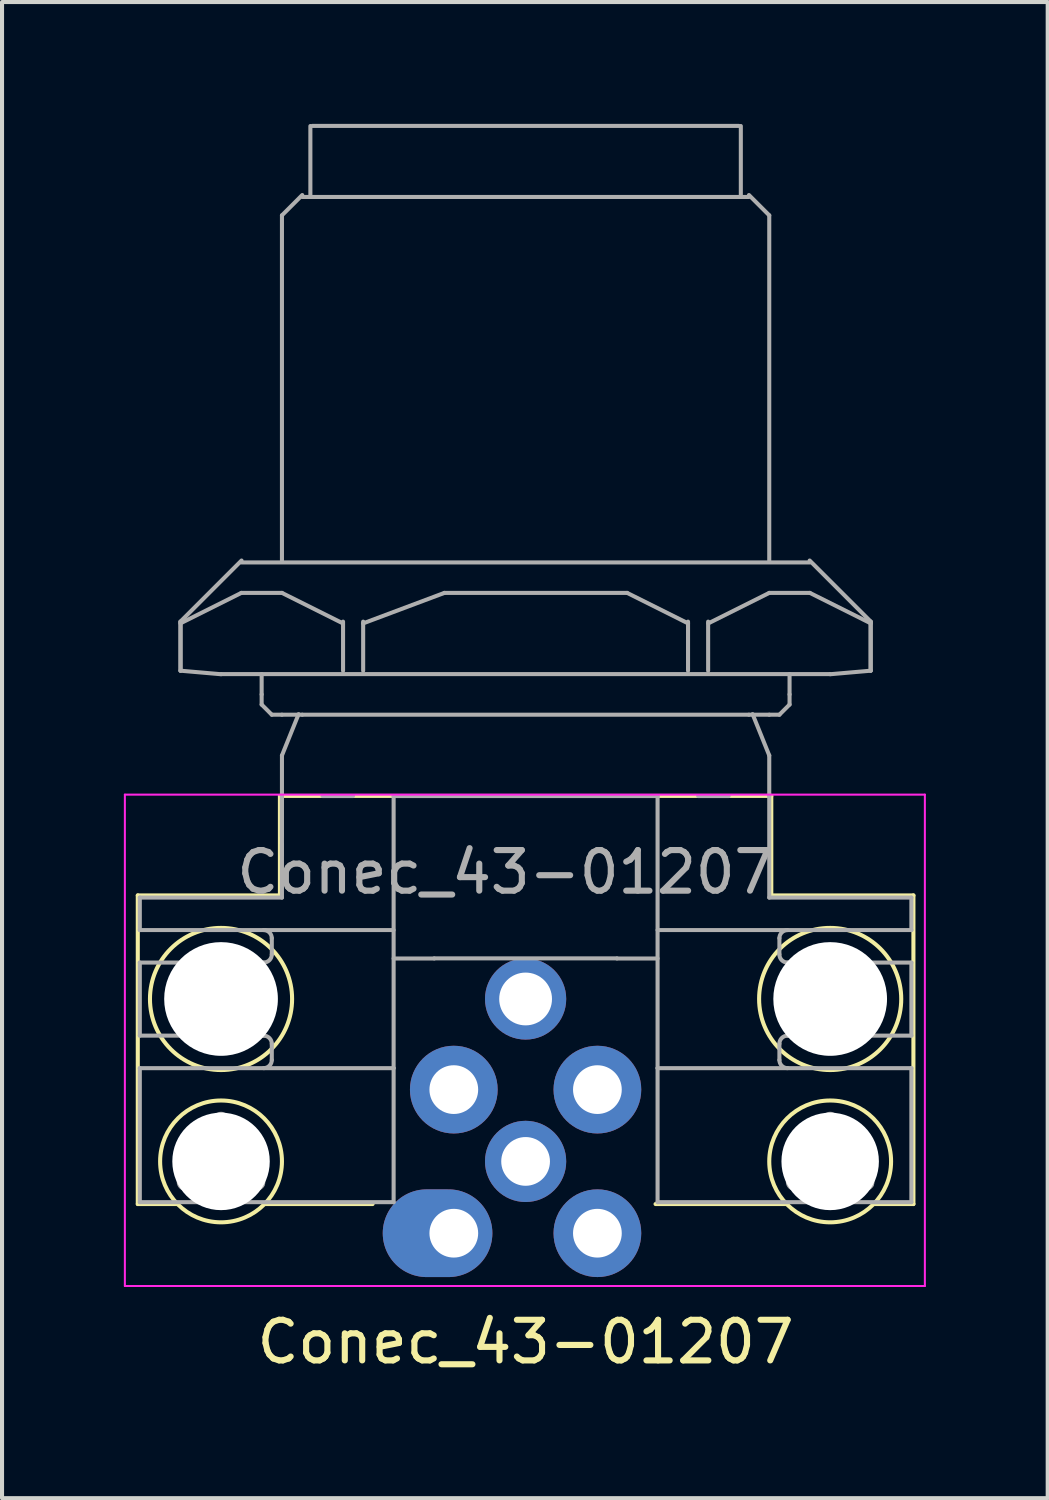
<source format=kicad_pcb>
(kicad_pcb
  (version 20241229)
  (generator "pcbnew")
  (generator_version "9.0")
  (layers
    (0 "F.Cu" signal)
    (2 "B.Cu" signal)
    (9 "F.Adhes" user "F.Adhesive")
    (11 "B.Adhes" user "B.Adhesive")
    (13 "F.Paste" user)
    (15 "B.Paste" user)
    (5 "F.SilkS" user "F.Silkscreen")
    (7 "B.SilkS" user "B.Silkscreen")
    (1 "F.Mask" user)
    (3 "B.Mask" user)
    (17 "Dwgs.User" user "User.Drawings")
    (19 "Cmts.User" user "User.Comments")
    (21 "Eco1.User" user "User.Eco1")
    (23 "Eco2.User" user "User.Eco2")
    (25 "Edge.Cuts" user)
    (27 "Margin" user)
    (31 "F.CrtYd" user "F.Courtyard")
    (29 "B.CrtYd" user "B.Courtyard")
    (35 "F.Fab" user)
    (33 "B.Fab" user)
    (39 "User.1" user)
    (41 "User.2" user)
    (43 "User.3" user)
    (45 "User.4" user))
  (footprint "Conec_43-01207"
    (layer "F.Cu")
    (at 8.125 27.318)
    (property "Reference" "Conec_43-01207" (at 1.768 2.677 0) (layer "F.SilkS") (effects (font (size 1 1) (thickness 0.15))))
    (attr through_hole)
    (fp_line (start -7.782 -8.318) (end -7.782 -0.718) (stroke (width 0.1) (type solid)) (layer "F.SilkS"))
    (fp_line (start -7.782 -0.718) (end -6.832 -0.718) (stroke (width 0.1) (type solid)) (layer "F.SilkS"))
    (fp_line (start -4.282 -10.768) (end -4.282 -8.318) (stroke (width 0.1) (type solid)) (layer "F.SilkS"))
    (fp_line (start -4.282 -10.768) (end 7.818 -10.768) (stroke (width 0.1) (type solid)) (layer "F.SilkS"))
    (fp_line (start -4.282 -8.318) (end -7.782 -8.318) (stroke (width 0.1) (type solid)) (layer "F.SilkS"))
    (fp_line (start -2 -0.718) (end -4.632 -0.718) (stroke (width 0.1) (type solid)) (layer "F.SilkS"))
    (fp_line (start 4.968 -0.718) (end 8.168 -0.718) (stroke (width 0.1) (type solid)) (layer "F.SilkS"))
    (fp_line (start 7.818 -10.768) (end 7.818 -8.318) (stroke (width 0.1) (type solid)) (layer "F.SilkS"))
    (fp_line (start 7.818 -8.318) (end 11.318 -8.318) (stroke (width 0.1) (type solid)) (layer "F.SilkS"))
    (fp_line (start 11.318 -8.318) (end 11.318 -0.718) (stroke (width 0.1) (type solid)) (layer "F.SilkS"))
    (fp_line (start 11.318 -0.718) (end 10.368 -0.718) (stroke (width 0.1) (type solid)) (layer "F.SilkS"))
    (fp_circle (center -5.732 -5.768) (end -5.732 -7.518) (stroke (width 0.1) (type solid)) (fill no) (layer "F.SilkS"))
    (fp_circle (center -5.732 -1.768) (end -5.732 -3.268) (stroke (width 0.1) (type solid)) (fill no) (layer "F.SilkS"))
    (fp_circle (center 9.268 -5.768) (end 9.268 -7.518) (stroke (width 0.1) (type solid)) (fill no) (layer "F.SilkS"))
    (fp_circle (center 9.268 -1.768) (end 9.268 -3.268) (stroke (width 0.1) (type solid)) (fill no) (layer "F.SilkS"))
    (fp_line (start -8.1 -10.8) (end 11.6 -10.8) (stroke (width 0.05) (type solid)) (layer "F.CrtYd"))
    (fp_line (start -8.1 1.3) (end -8.1 -10.8) (stroke (width 0.05) (type solid)) (layer "F.CrtYd"))
    (fp_line (start 11.6 -10.8) (end 11.6 1.3) (stroke (width 0.05) (type solid)) (layer "F.CrtYd"))
    (fp_line (start 11.6 1.3) (end -8.1 1.3) (stroke (width 0.05) (type solid)) (layer "F.CrtYd"))
    (fp_line (start -7.732 -8.265) (end -7.732 -7.465) (stroke (width 0.1) (type solid)) (layer "F.Fab"))
    (fp_line (start -7.732 -8.265) (end -4.232 -8.265) (stroke (width 0.1) (type solid)) (layer "F.Fab"))
    (fp_line (start -7.732 -7.465) (end -1.482 -7.465) (stroke (width 0.1) (type solid)) (layer "F.Fab"))
    (fp_line (start -7.732 -6.665) (end -7.732 -4.865) (stroke (width 0.1) (type solid)) (layer "F.Fab"))
    (fp_line (start -7.732 -4.865) (end -4.916 -4.865) (stroke (width 0.1) (type solid)) (layer "F.Fab"))
    (fp_line (start -7.732 -4.065) (end -7.732 -0.765) (stroke (width 0.1) (type solid)) (layer "F.Fab"))
    (fp_line (start -7.732 -0.765) (end -5.732 -0.765) (stroke (width 0.1) (type solid)) (layer "F.Fab"))
    (fp_line (start -6.732 -15.06) (end -6.732 -13.852) (stroke (width 0.1) (type solid)) (layer "F.Fab"))
    (fp_line (start -6.732 -15.018) (end -5.232 -15.768) (stroke (width 0.1) (type solid)) (layer "F.Fab"))
    (fp_line (start -6.727 -15.06) (end -6.727 -13.852) (stroke (width 0.1) (type solid)) (layer "F.Fab"))
    (fp_line (start -5.732 -13.768) (end 9.268 -13.768) (stroke (width 0.1) (type solid)) (layer "F.Fab"))
    (fp_line (start -5.732 -13.765) (end -6.732 -13.852) (stroke (width 0.1) (type solid)) (layer "F.Fab"))
    (fp_line (start -5.732 -0.765) (end -1.482 -0.765) (stroke (width 0.1) (type solid)) (layer "F.Fab"))
    (fp_line (start -5.232 -16.518) (end 8.768 -16.518) (stroke (width 0.1) (type solid)) (layer "F.Fab"))
    (fp_line (start -5.232 -15.768) (end -4.232 -15.768) (stroke (width 0.1) (type solid)) (layer "F.Fab"))
    (fp_line (start -5.227 -16.565) (end -6.732 -15.06) (stroke (width 0.1) (type solid)) (layer "F.Fab"))
    (fp_line (start -4.916 -6.665) (end -7.732 -6.665) (stroke (width 0.1) (type solid)) (layer "F.Fab"))
    (fp_line (start -4.916 -4.865) (end -4.682 -4.865) (stroke (width 0.1) (type solid)) (layer "F.Fab"))
    (fp_line (start -4.732 -13.268) (end -4.732 -13.768) (stroke (width 0.1) (type solid)) (layer "F.Fab"))
    (fp_line (start -4.732 -13.018) (end -4.732 -13.268) (stroke (width 0.1) (type solid)) (layer "F.Fab"))
    (fp_line (start -4.682 -6.665) (end -4.916 -6.665) (stroke (width 0.1) (type solid)) (layer "F.Fab"))
    (fp_line (start -4.482 -12.768) (end -4.732 -13.018) (stroke (width 0.1) (type solid)) (layer "F.Fab"))
    (fp_line (start -4.482 -6.865) (end -4.482 -7.265) (stroke (width 0.1) (type solid)) (layer "F.Fab"))
    (fp_line (start -4.482 -4.265) (end -4.482 -4.665) (stroke (width 0.1) (type solid)) (layer "F.Fab"))
    (fp_line (start -4.232 -16.565) (end -4.232 -25.065) (stroke (width 0.1) (type solid)) (layer "F.Fab"))
    (fp_line (start -4.232 -12.768) (end -4.482 -12.768) (stroke (width 0.1) (type solid)) (layer "F.Fab"))
    (fp_line (start -4.232 -10.765) (end -4.232 -8.265) (stroke (width 0.1) (type solid)) (layer "F.Fab"))
    (fp_line (start -4.232 -9.765) (end -4.232 -11.765) (stroke (width 0.1) (type solid)) (layer "F.Fab"))
    (fp_line (start -4.232 -9.578) (end -4.232 -9.319) (stroke (width 0.1) (type solid)) (layer "F.Fab"))
    (fp_line (start -3.822 -12.782) (end -4.232 -11.765) (stroke (width 0.1) (type solid)) (layer "F.Fab"))
    (fp_line (start -3.732 -25.565) (end -4.232 -25.065) (stroke (width 0.1) (type solid)) (layer "F.Fab"))
    (fp_line (start -3.732 -25.518) (end 7.268 -25.518) (stroke (width 0.1) (type solid)) (layer "F.Fab"))
    (fp_line (start -3.732 -12.768) (end -4.232 -12.768) (stroke (width 0.1) (type solid)) (layer "F.Fab"))
    (fp_line (start -3.732 -12.768) (end 7.268 -12.768) (stroke (width 0.1) (type solid)) (layer "F.Fab"))
    (fp_line (start -3.532 -25.565) (end -3.532 -27.265) (stroke (width 0.1) (type solid)) (layer "F.Fab"))
    (fp_line (start -3.482 -27.268) (end 7.018 -27.268) (stroke (width 0.1) (type solid)) (layer "F.Fab"))
    (fp_line (start -2.732 -15.018) (end -4.232 -15.768) (stroke (width 0.1) (type solid)) (layer "F.Fab"))
    (fp_line (start -2.727 -15.06) (end -2.727 -13.852) (stroke (width 0.1) (type solid)) (layer "F.Fab"))
    (fp_line (start -2.482 -10.765) (end -3.232 -10.765) (stroke (width 0.1) (type solid)) (layer "F.Fab"))
    (fp_line (start -2.232 -15.06) (end -2.232 -13.852) (stroke (width 0.1) (type solid)) (layer "F.Fab"))
    (fp_line (start -2.232 -15.018) (end -0.232 -15.768) (stroke (width 0.1) (type solid)) (layer "F.Fab"))
    (fp_line (start -1.482 -10.765) (end -1.482 -4.065) (stroke (width 0.1) (type solid)) (layer "F.Fab"))
    (fp_line (start -1.482 -10.765) (end 5.018 -10.765) (stroke (width 0.1) (type solid)) (layer "F.Fab"))
    (fp_line (start -1.482 -4.065) (end -7.732 -4.065) (stroke (width 0.1) (type solid)) (layer "F.Fab"))
    (fp_line (start -1.482 -4.065) (end -1.482 -0.765) (stroke (width 0.1) (type solid)) (layer "F.Fab"))
    (fp_line (start -0.482 -6.768) (end 4.018 -6.768) (stroke (width 0.1) (type solid)) (layer "F.Fab"))
    (fp_line (start -0.482 -6.765) (end -1.482 -6.765) (stroke (width 0.1) (type solid)) (layer "F.Fab"))
    (fp_line (start 4.268 -15.768) (end -0.232 -15.768) (stroke (width 0.1) (type solid)) (layer "F.Fab"))
    (fp_line (start 5.018 -7.465) (end 11.268 -7.465) (stroke (width 0.1) (type solid)) (layer "F.Fab"))
    (fp_line (start 5.018 -6.765) (end 4.018 -6.765) (stroke (width 0.1) (type solid)) (layer "F.Fab"))
    (fp_line (start 5.018 -4.065) (end 5.018 -10.765) (stroke (width 0.1) (type solid)) (layer "F.Fab"))
    (fp_line (start 5.018 -4.065) (end 5.018 -0.765) (stroke (width 0.1) (type solid)) (layer "F.Fab"))
    (fp_line (start 5.018 -0.765) (end 9.268 -0.765) (stroke (width 0.1) (type solid)) (layer "F.Fab"))
    (fp_line (start 5.768 -15.06) (end 5.768 -13.852) (stroke (width 0.1) (type solid)) (layer "F.Fab"))
    (fp_line (start 5.768 -15.018) (end 4.268 -15.768) (stroke (width 0.1) (type solid)) (layer "F.Fab"))
    (fp_line (start 6.018 -10.765) (end 6.768 -10.765) (stroke (width 0.1) (type solid)) (layer "F.Fab"))
    (fp_line (start 6.263 -15.06) (end 6.263 -13.852) (stroke (width 0.1) (type solid)) (layer "F.Fab"))
    (fp_line (start 6.268 -15.018) (end 7.768 -15.768) (stroke (width 0.1) (type solid)) (layer "F.Fab"))
    (fp_line (start 7.068 -25.565) (end 7.068 -27.265) (stroke (width 0.1) (type solid)) (layer "F.Fab"))
    (fp_line (start 7.268 -25.565) (end 7.768 -25.065) (stroke (width 0.1) (type solid)) (layer "F.Fab"))
    (fp_line (start 7.268 -12.768) (end 7.768 -12.768) (stroke (width 0.1) (type solid)) (layer "F.Fab"))
    (fp_line (start 7.358 -12.782) (end 7.768 -11.765) (stroke (width 0.1) (type solid)) (layer "F.Fab"))
    (fp_line (start 7.768 -16.565) (end 7.768 -25.065) (stroke (width 0.1) (type solid)) (layer "F.Fab"))
    (fp_line (start 7.768 -12.768) (end 8.018 -12.768) (stroke (width 0.1) (type solid)) (layer "F.Fab"))
    (fp_line (start 7.768 -10.765) (end 7.768 -11.765) (stroke (width 0.1) (type solid)) (layer "F.Fab"))
    (fp_line (start 7.768 -8.265) (end 7.768 -10.765) (stroke (width 0.1) (type solid)) (layer "F.Fab"))
    (fp_line (start 7.768 -8.265) (end 11.268 -8.265) (stroke (width 0.1) (type solid)) (layer "F.Fab"))
    (fp_line (start 8.018 -12.768) (end 8.268 -13.018) (stroke (width 0.1) (type solid)) (layer "F.Fab"))
    (fp_line (start 8.018 -7.265) (end 8.018 -6.865) (stroke (width 0.1) (type solid)) (layer "F.Fab"))
    (fp_line (start 8.018 -4.665) (end 8.018 -4.265) (stroke (width 0.1) (type solid)) (layer "F.Fab"))
    (fp_line (start 8.218 -6.665) (end 8.451 -6.665) (stroke (width 0.1) (type solid)) (layer "F.Fab"))
    (fp_line (start 8.268 -13.268) (end 8.268 -13.768) (stroke (width 0.1) (type solid)) (layer "F.Fab"))
    (fp_line (start 8.268 -13.018) (end 8.268 -13.268) (stroke (width 0.1) (type solid)) (layer "F.Fab"))
    (fp_line (start 8.451 -6.665) (end 11.268 -6.665) (stroke (width 0.1) (type solid)) (layer "F.Fab"))
    (fp_line (start 8.451 -4.865) (end 8.218 -4.865) (stroke (width 0.1) (type solid)) (layer "F.Fab"))
    (fp_line (start 8.763 -16.565) (end 10.268 -15.06) (stroke (width 0.1) (type solid)) (layer "F.Fab"))
    (fp_line (start 8.768 -15.768) (end 7.768 -15.768) (stroke (width 0.1) (type solid)) (layer "F.Fab"))
    (fp_line (start 9.268 -13.765) (end 10.268 -13.852) (stroke (width 0.1) (type solid)) (layer "F.Fab"))
    (fp_line (start 9.268 -0.765) (end 11.268 -0.765) (stroke (width 0.1) (type solid)) (layer "F.Fab"))
    (fp_line (start 10.263 -15.06) (end 10.263 -13.852) (stroke (width 0.1) (type solid)) (layer "F.Fab"))
    (fp_line (start 10.268 -15.06) (end 10.268 -13.852) (stroke (width 0.1) (type solid)) (layer "F.Fab"))
    (fp_line (start 10.268 -15.018) (end 8.768 -15.768) (stroke (width 0.1) (type solid)) (layer "F.Fab"))
    (fp_line (start 11.268 -8.265) (end 11.268 -7.465) (stroke (width 0.1) (type solid)) (layer "F.Fab"))
    (fp_line (start 11.268 -6.665) (end 11.268 -4.865) (stroke (width 0.1) (type solid)) (layer "F.Fab"))
    (fp_line (start 11.268 -4.865) (end 8.451 -4.865) (stroke (width 0.1) (type solid)) (layer "F.Fab"))
    (fp_line (start 11.268 -4.065) (end 5.018 -4.065) (stroke (width 0.1) (type solid)) (layer "F.Fab"))
    (fp_line (start 11.268 -4.065) (end 11.268 -0.765) (stroke (width 0.1) (type solid)) (layer "F.Fab"))
    (fp_arc (start -6.672161 -1.423481) (mid -6.598258 -2.264851) (end -5.906562 -2.749539) (stroke (width 0.1) (type solid)) (layer "F.Fab"))
    (fp_arc (start -6.550185 -1.096585) (mid -6.762217 -1.203673) (end -6.672162 -1.423481) (stroke (width 0.1) (type solid)) (layer "F.Fab"))
    (fp_arc (start -6.497834 -1.121535) (mid -6.516399 -1.110179) (end -6.536229 -1.101214) (stroke (width 0.1) (type solid)) (layer "F.Fab"))
    (fp_arc (start -5.906562 -2.749539) (mid -5.907115 -2.771295) (end -5.904963 -2.792951) (stroke (width 0.1) (type solid)) (layer "F.Fab"))
    (fp_arc (start -5.901994 -2.807352) (mid -5.732233 -2.939852) (end -5.562472 -2.807352) (stroke (width 0.1) (type solid)) (layer "F.Fab"))
    (fp_arc (start -5.559503 -2.792951) (mid -5.557351 -2.771295) (end -5.557904 -2.749539) (stroke (width 0.1) (type solid)) (layer "F.Fab"))
    (fp_arc (start -5.557904 -2.74954) (mid -4.866207 -2.264852) (end -4.792304 -1.423481) (stroke (width 0.1) (type solid)) (layer "F.Fab"))
    (fp_arc (start -4.966633 -1.121535) (mid -5.732233 -0.764852) (end -6.497833 -1.121535) (stroke (width 0.1) (type solid)) (layer "F.Fab"))
    (fp_arc (start -4.928238 -1.101214) (mid -4.948069 -1.110178) (end -4.966633 -1.121535) (stroke (width 0.1) (type solid)) (layer "F.Fab"))
    (fp_arc (start -4.792305 -1.423481) (mid -4.773188 -1.413082) (end -4.755509 -1.40039) (stroke (width 0.1) (type solid)) (layer "F.Fab"))
    (fp_arc (start -4.744521 -1.390619) (mid -4.692899 -1.289124) (end -4.714653 -1.177352) (stroke (width 0.1) (type solid)) (layer "F.Fab"))
    (fp_arc (start -4.714653 -1.177351) (mid -4.800573 -1.102626) (end -4.914282 -1.096584) (stroke (width 0.1) (type solid)) (layer "F.Fab"))
    (fp_arc (start -4.682233 -7.464852) (mid -4.540812 -7.406273) (end -4.482233 -7.264852) (stroke (width 0.1) (type solid)) (layer "F.Fab"))
    (fp_arc (start -4.682233 -4.864852) (mid -4.540812 -4.806273) (end -4.482233 -4.664852) (stroke (width 0.1) (type solid)) (layer "F.Fab"))
    (fp_arc (start -4.482233 -6.864852) (mid -4.540812 -6.723431) (end -4.682233 -6.664852) (stroke (width 0.1) (type solid)) (layer "F.Fab"))
    (fp_arc (start -4.482233 -4.264852) (mid -4.540812 -4.123431) (end -4.682233 -4.064852) (stroke (width 0.1) (type solid)) (layer "F.Fab"))
    (fp_arc (start 8.017767 -7.264852) (mid 8.076346 -7.406273) (end 8.217767 -7.464852) (stroke (width 0.1) (type solid)) (layer "F.Fab"))
    (fp_arc (start 8.017767 -4.664852) (mid 8.076346 -4.806273) (end 8.217767 -4.864852) (stroke (width 0.1) (type solid)) (layer "F.Fab"))
    (fp_arc (start 8.217767 -6.664852) (mid 8.076346 -6.723431) (end 8.017767 -6.864852) (stroke (width 0.1) (type solid)) (layer "F.Fab"))
    (fp_arc (start 8.217767 -4.064852) (mid 8.076346 -4.123431) (end 8.017767 -4.264852) (stroke (width 0.1) (type solid)) (layer "F.Fab"))
    (fp_arc (start 8.291042 -1.40039) (mid 8.308721 -1.413082) (end 8.327838 -1.423481) (stroke (width 0.1) (type solid)) (layer "F.Fab"))
    (fp_arc (start 8.327839 -1.423481) (mid 8.401742 -2.264851) (end 9.093438 -2.749539) (stroke (width 0.1) (type solid)) (layer "F.Fab"))
    (fp_arc (start 8.449815 -1.096585) (mid 8.250187 -1.177352) (end 8.280055 -1.390619) (stroke (width 0.1) (type solid)) (layer "F.Fab"))
    (fp_arc (start 8.502166 -1.121535) (mid 8.483601 -1.110179) (end 8.463771 -1.101214) (stroke (width 0.1) (type solid)) (layer "F.Fab"))
    (fp_arc (start 9.093438 -2.749539) (mid 9.092885 -2.771295) (end 9.095037 -2.792951) (stroke (width 0.1) (type solid)) (layer "F.Fab"))
    (fp_arc (start 9.098006 -2.807352) (mid 9.267767 -2.939852) (end 9.437528 -2.807352) (stroke (width 0.1) (type solid)) (layer "F.Fab"))
    (fp_arc (start 9.440497 -2.792951) (mid 9.442649 -2.771295) (end 9.442096 -2.749539) (stroke (width 0.1) (type solid)) (layer "F.Fab"))
    (fp_arc (start 9.442096 -2.74954) (mid 10.133793 -2.264852) (end 10.207696 -1.423481) (stroke (width 0.1) (type solid)) (layer "F.Fab"))
    (fp_arc (start 10.033367 -1.121535) (mid 9.267767 -0.764852) (end 8.502167 -1.121535) (stroke (width 0.1) (type solid)) (layer "F.Fab"))
    (fp_arc (start 10.071762 -1.101214) (mid 10.051931 -1.110178) (end 10.033367 -1.121535) (stroke (width 0.1) (type solid)) (layer "F.Fab"))
    (fp_arc (start 10.207695 -1.423481) (mid 10.226812 -1.413082) (end 10.244491 -1.40039) (stroke (width 0.1) (type solid)) (layer "F.Fab"))
    (fp_arc (start 10.255479 -1.390619) (mid 10.307101 -1.289124) (end 10.285347 -1.177353) (stroke (width 0.1) (type solid)) (layer "F.Fab"))
    (fp_arc (start 10.285347 -1.177351) (mid 10.199427 -1.102626) (end 10.085718 -1.096584) (stroke (width 0.1) (type solid)) (layer "F.Fab"))
    (fp_circle (center 0 -3.535) (end -0.4 -3.535) (stroke (width 0.1) (type solid)) (fill no) (layer "F.Fab"))
    (fp_circle (center 0 -0.005) (end -0.4 -0.005) (stroke (width 0.1) (type solid)) (fill no) (layer "F.Fab"))
    (fp_circle (center 1.768 -1.765) (end 1.368 -1.765) (stroke (width 0.1) (type solid)) (fill no) (layer "F.Fab"))
    (fp_circle (center 3.536 -3.535) (end 3.136 -3.535) (stroke (width 0.1) (type solid)) (fill no) (layer "F.Fab"))
    (fp_circle (center 3.536 -0.005) (end 3.136 -0.005) (stroke (width 0.1) (type solid)) (fill no) (layer "F.Fab"))
    (fp_text user "${REFERENCE}" (at 1.27 -8.89 0) (layer "F.Fab") (effects (font (size 1 1) (thickness 0.15))))
    (pad "" np_thru_hole circle (at -5.732 -5.768) (size 2.8 2.8) (drill 2.8) (layers "*.Cu" "*.Mask"))
    (pad "" np_thru_hole circle (at -5.732 -1.768) (size 2.4 2.4) (drill 2.4) (layers "*.Cu" "*.Mask"))
    (pad "" np_thru_hole circle (at 9.268 -5.768) (size 2.8 2.8) (drill 2.8) (layers "*.Cu" "*.Mask"))
    (pad "" np_thru_hole circle (at 9.268 -1.768) (size 2.4 2.4) (drill 2.4) (layers "*.Cu" "*.Mask"))
    (pad "1" thru_hole oval (at 0 0) (size 2.7 2.16) (drill 1.2 (offset -0.4 0)) (layers "*.Cu" "*.Mask"))
    (pad "2" thru_hole circle (at 3.536 0) (size 2.16 2.16) (drill 1.2) (layers "*.Cu" "*.Mask"))
    (pad "3" thru_hole circle (at 3.536 -3.536) (size 2.16 2.16) (drill 1.2) (layers "*.Cu" "*.Mask"))
    (pad "4" thru_hole circle (at 0 -3.536) (size 2.16 2.16) (drill 1.2) (layers "*.Cu" "*.Mask"))
    (pad "5" thru_hole circle (at 1.768 -1.768) (size 2 2) (drill 1.2) (layers "*.Cu" "*.Mask"))
    (pad "6" thru_hole circle (at 1.768 -5.768) (size 2 2) (drill 1.3) (layers "*.Cu" "*.Mask")))
  (gr_rect
    (start -3 -3)
    (end 22.75 33.843)
    (stroke (width 0.1) (type default))
    (fill no)
    (layer "Edge.Cuts")))
</source>
